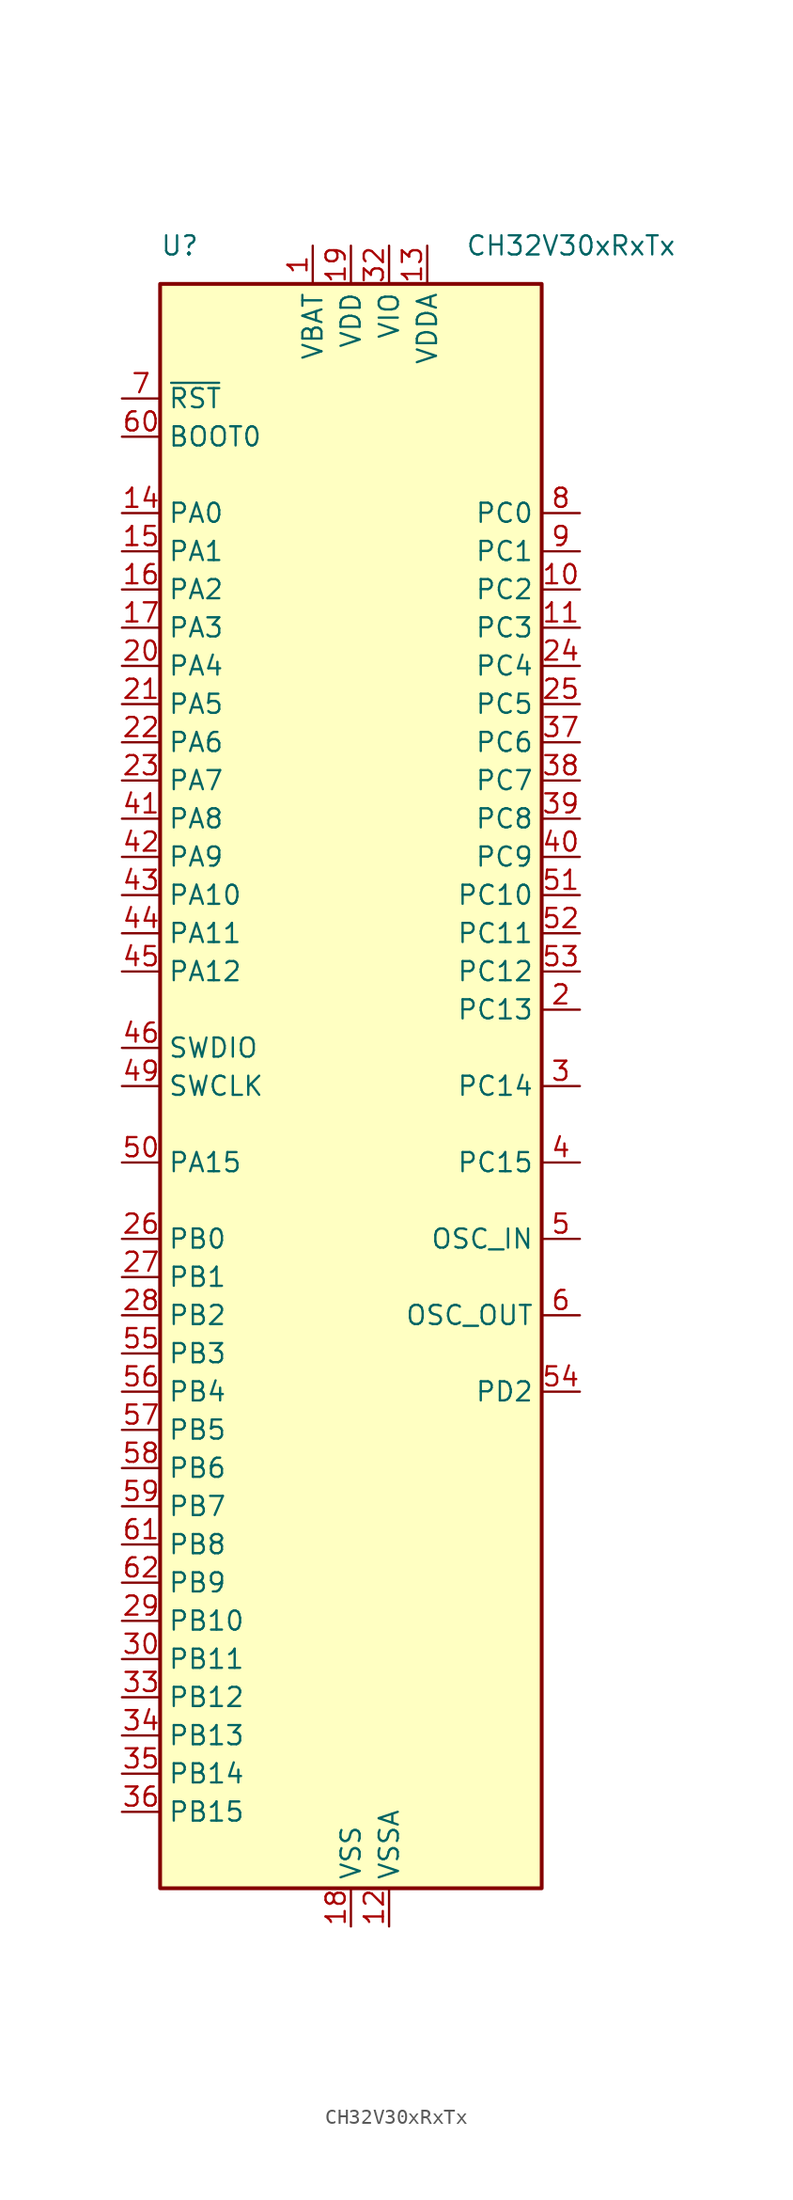
<source format=kicad_sym>
(kicad_symbol_lib
  (version 20231120)
  (generator "kicad_symbol_editor")
  (generator_version "8.0")
  (symbol "CH32V30xRxTx"
    (property "Reference" "U"
      (at -12.7 55.88 0)
      (effects (font (size 1.27 1.27)) (justify left)))
    (property "Value" "CH32V30xRxTx"
      (at 7.62 55.88 0)
      (effects (font (size 1.27 1.27)) (justify left)))
    (symbol "CH32V30xRxTx_0_0"
      (pin power_in line (at -2.54 55.88 270) (length 2.54) (name "VBAT" (effects (font (size 1.27 1.27)))) (number "1" (effects (font (size 1.27 1.27)))))
      (pin power_in line (at 2.54 -55.88 90) (length 2.54) (name "VSSA" (effects (font (size 1.27 1.27)))) (number "12" (effects (font (size 1.27 1.27)))))
      (pin power_in line (at 5.08 55.88 270) (length 2.54) (name "VDDA" (effects (font (size 1.27 1.27)))) (number "13" (effects (font (size 1.27 1.27)))))
      (pin power_in line (at 0 -55.88 90) (length 2.54) (name "VSS" (effects (font (size 1.27 1.27)))) (number "18" (effects (font (size 1.27 1.27)))))
      (pin power_in line (at 0 55.88 270) (length 2.54) (name "VDD" (effects (font (size 1.27 1.27)))) (number "19" (effects (font (size 1.27 1.27)))))
      (pin power_in line (at 2.54 55.88 270) (length 2.54) (name "VIO" (effects (font (size 1.27 1.27)))) (number "32" (effects (font (size 1.27 1.27))))))
    (symbol "CH32V30xRxTx_1_0"
      (pin bidirectional line (at 15.24 33.02 180) (length 2.54) (name "PC2" (effects (font (size 1.27 1.27)))) (number "10" (effects (font (size 1.27 1.27)))) (alternate "ADC_IN12" bidirectional line) (alternate "ETH_MII_TXD2" bidirectional line) (alternate "ETH_RGMII_RXD0" bidirectional line) (alternate "OPA3_CH1N" bidirectional line) (alternate "TIM9_CH3N" bidirectional line) (alternate "UART7_TX" bidirectional line))
      (pin bidirectional line (at 15.24 30.48 180) (length 2.54) (name "PC3" (effects (font (size 1.27 1.27)))) (number "11" (effects (font (size 1.27 1.27)))) (alternate "ADC_IN13" bidirectional line) (alternate "ETH_MII_TX_CLK" bidirectional line) (alternate "ETH_RGMII_RXD1" bidirectional line) (alternate "OPA4_CH1N" bidirectional line) (alternate "TIM10_CH3" bidirectional line) (alternate "UART7_RX" bidirectional line))
      (pin bidirectional line (at -15.24 38.1 0) (length 2.54) (name "PA0" (effects (font (size 1.27 1.27)))) (number "14" (effects (font (size 1.27 1.27)))) (alternate "ADC_IN0" bidirectional line) (alternate "ETH_MII_CRS_WKUP" bidirectional line) (alternate "ETH_RGMII_RXD2" bidirectional line) (alternate "OPA4_OUT0" bidirectional line) (alternate "TIM2_CH1_ETR" bidirectional line) (alternate "TIM2_CH1_ETR_2" bidirectional line) (alternate "TIM5_CH1" bidirectional line) (alternate "TIM8_ETR" bidirectional line) (alternate "TIM8_ETR_1" bidirectional line) (alternate "USART2_CTS" bidirectional line) (alternate "WKUP" bidirectional line))
      (pin bidirectional line (at -15.24 35.56 0) (length 2.54) (name "PA1" (effects (font (size 1.27 1.27)))) (number "15" (effects (font (size 1.27 1.27)))) (alternate "ADC_IN1" bidirectional line) (alternate "ETH_MII_RX_CLK" bidirectional line) (alternate "ETH_RGMII_RXD3" bidirectional line) (alternate "ETH_RMII_REF_CLK" bidirectional line) (alternate "OPA3_OUT0" bidirectional line) (alternate "TIM2_CH2" bidirectional line) (alternate "TIM2_CH2_2" bidirectional line) (alternate "TIM5_CH2" bidirectional line) (alternate "TIM9_BKIN_1" bidirectional line) (alternate "USART2_RTS" bidirectional line))
      (pin bidirectional line (at -15.24 33.02 0) (length 2.54) (name "PA2" (effects (font (size 1.27 1.27)))) (number "16" (effects (font (size 1.27 1.27)))) (alternate "ADC_IN2" bidirectional line) (alternate "ETH_MII_MDIO" bidirectional line) (alternate "ETH_RGMII_GTXC" bidirectional line) (alternate "ETH_RMII_MDIO" bidirectional line) (alternate "OPA2_OUT0" bidirectional line) (alternate "TIM2_CH3" bidirectional line) (alternate "TIM2_CH3_1" bidirectional line) (alternate "TIM5_CH3" bidirectional line) (alternate "TIM9_CH1" bidirectional line) (alternate "TIM9_CH1_ETR_1" bidirectional line) (alternate "TIM9_ETR" bidirectional line) (alternate "USART2_TX" bidirectional line))
      (pin bidirectional line (at -15.24 30.48 0) (length 2.54) (name "PA3" (effects (font (size 1.27 1.27)))) (number "17" (effects (font (size 1.27 1.27)))) (alternate "ADC_IN3" bidirectional line) (alternate "ETH_MII_COL" bidirectional line) (alternate "ETH_RGMII_TXEN" bidirectional line) (alternate "OPA1_OUT0" bidirectional line) (alternate "TIM2_CH4" bidirectional line) (alternate "TIM2_CH4_1" bidirectional line) (alternate "TIM5_CH4" bidirectional line) (alternate "TIM9_CH2" bidirectional line) (alternate "TIM9_CH2_1" bidirectional line) (alternate "USART2_RX" bidirectional line))
      (pin bidirectional line (at 15.24 5.08 180) (length 2.54) (name "PC13" (effects (font (size 1.27 1.27)))) (number "2" (effects (font (size 1.27 1.27)))) (alternate "TAMPER-RTC" bidirectional line) (alternate "TIM8_CH4_1" bidirectional line))
      (pin bidirectional line (at -15.24 27.94 0) (length 2.54) (name "PA4" (effects (font (size 1.27 1.27)))) (number "20" (effects (font (size 1.27 1.27)))) (alternate "ADC_IN4" bidirectional line) (alternate "DAC_OUT1" bidirectional line) (alternate "I2S3_WS" bidirectional line) (alternate "SPI1_NSS" bidirectional line) (alternate "SPI3_NSS" bidirectional line) (alternate "TIM9_CH3" bidirectional line) (alternate "TIM9_CH3_1" bidirectional line) (alternate "USART2_CX" bidirectional line))
      (pin bidirectional line (at -15.24 25.4 0) (length 2.54) (name "PA5" (effects (font (size 1.27 1.27)))) (number "21" (effects (font (size 1.27 1.27)))) (alternate "ADC_IN5" bidirectional line) (alternate "DAC_OUT2" bidirectional line) (alternate "OPA2_CH1N" bidirectional line) (alternate "SPI1_SCK" bidirectional line) (alternate "TIM10_CH1N_1" bidirectional line) (alternate "USART1_CK_3" bidirectional line) (alternate "USART1_CTS_2" bidirectional line))
      (pin bidirectional line (at -15.24 22.86 0) (length 2.54) (name "PA6" (effects (font (size 1.27 1.27)))) (number "22" (effects (font (size 1.27 1.27)))) (alternate "ADC_IN6" bidirectional line) (alternate "OPA1_CH1N" bidirectional line) (alternate "SPI1_MIS" bidirectional line) (alternate "TIM10_CH2N_1" bidirectional line) (alternate "TIM1_BKIN_1" bidirectional line) (alternate "TIM3_CH1" bidirectional line) (alternate "TIM8_BKIN" bidirectional line) (alternate "UART7_TX_1" bidirectional line) (alternate "USART1_TX_3" bidirectional line))
      (pin bidirectional line (at -15.24 20.32 0) (length 2.54) (name "PA7" (effects (font (size 1.27 1.27)))) (number "23" (effects (font (size 1.27 1.27)))) (alternate "ADC_IN7" bidirectional line) (alternate "ETH_MII_RX_DV" bidirectional line) (alternate "ETH_RGMII_TXD0" bidirectional line) (alternate "ETH_RMII_CRS_DV" bidirectional line) (alternate "OPA2_CH1P" bidirectional line) (alternate "SPI1_MOSI" bidirectional line) (alternate "TIM10_CH3N_1" bidirectional line) (alternate "TIM1_CH1N_1" bidirectional line) (alternate "TIM3_CH2" bidirectional line) (alternate "TIM8_CH1N" bidirectional line) (alternate "UART7_RX_1" bidirectional line) (alternate "USART1_RX_3" bidirectional line))
      (pin bidirectional line (at 15.24 27.94 180) (length 2.54) (name "PC4" (effects (font (size 1.27 1.27)))) (number "24" (effects (font (size 1.27 1.27)))) (alternate "ADC_IN14" bidirectional line) (alternate "ETH_MII_RXD0" bidirectional line) (alternate "ETH_RGMII_TXD1" bidirectional line) (alternate "ETH_RMII_RXD0" bidirectional line) (alternate "OPA4_CH1P" bidirectional line) (alternate "TIM9_CH4" bidirectional line) (alternate "UART8_TX" bidirectional line) (alternate "USART1_CTS_3" bidirectional line))
      (pin bidirectional line (at 15.24 25.4 180) (length 2.54) (name "PC5" (effects (font (size 1.27 1.27)))) (number "25" (effects (font (size 1.27 1.27)))) (alternate "ADC_IN15" bidirectional line) (alternate "ETH_MII_RXD1" bidirectional line) (alternate "ETH_RGMII_TXD2" bidirectional line) (alternate "ETH_RMII_RXD1" bidirectional line) (alternate "OPA3_CH1P" bidirectional line) (alternate "TIM9_BKIN" bidirectional line) (alternate "UART8_RX" bidirectional line) (alternate "USART1_RTS_3" bidirectional line))
      (pin bidirectional line (at -15.24 -10.16 0) (length 2.54) (name "PB0" (effects (font (size 1.27 1.27)))) (number "26" (effects (font (size 1.27 1.27)))) (alternate "ADC_IN8" bidirectional line) (alternate "ETH_MII_RXD2" bidirectional line) (alternate "ETH_RGMII_TXD3" bidirectional line) (alternate "OPA1_CH1P" bidirectional line) (alternate "TIM1_CH2N_1" bidirectional line) (alternate "TIM3_CH3" bidirectional line) (alternate "TIM3_CH3_2" bidirectional line) (alternate "TIM8_CH2N" bidirectional line) (alternate "TIM9_CH1N_1" bidirectional line) (alternate "UART4_TX_1" bidirectional line))
      (pin bidirectional line (at -15.24 -12.7 0) (length 2.54) (name "PB1" (effects (font (size 1.27 1.27)))) (number "27" (effects (font (size 1.27 1.27)))) (alternate "ADC_IN9" bidirectional line) (alternate "ETH_MII_RXD3" bidirectional line) (alternate "ETH_RGMII_125IN" bidirectional line) (alternate "OPA4_CH0N" bidirectional line) (alternate "TIM1_CH3N_1" bidirectional line) (alternate "TIM3_CH4" bidirectional line) (alternate "TIM3_CH4_2" bidirectional line) (alternate "TIM8_CH3N" bidirectional line) (alternate "TIM9_CH2N_1" bidirectional line) (alternate "UART4_RX_1" bidirectional line))
      (pin bidirectional line (at -15.24 -15.24 0) (length 2.54) (name "PB2" (effects (font (size 1.27 1.27)))) (number "28" (effects (font (size 1.27 1.27)))) (alternate "BOOT1" bidirectional line) (alternate "OPA3_CH0N" bidirectional line) (alternate "TIM9_CH3N_1" bidirectional line))
      (pin bidirectional line (at -15.24 -35.56 0) (length 2.54) (name "PB10" (effects (font (size 1.27 1.27)))) (number "29" (effects (font (size 1.27 1.27)))) (alternate "ETH_MII_RX_ER" bidirectional line) (alternate "I2C2_SCL" bidirectional line) (alternate "OPA2_CH0N" bidirectional line) (alternate "TIM10_BKIN_1" bidirectional line) (alternate "TIM2_CH3_2" bidirectional line) (alternate "TIM2_CH3_3" bidirectional line) (alternate "USART3_TX" bidirectional line))
      (pin bidirectional line (at 15.24 0 180) (length 2.54) (name "PC14" (effects (font (size 1.27 1.27)))) (number "3" (effects (font (size 1.27 1.27)))) (alternate "OSC32_IN" bidirectional line) (alternate "TIM9_CH4_1" bidirectional line))
      (pin bidirectional line (at -15.24 -38.1 0) (length 2.54) (name "PB11" (effects (font (size 1.27 1.27)))) (number "30" (effects (font (size 1.27 1.27)))) (alternate "ETH_MII_TX_EN" bidirectional line) (alternate "ETH_RMII_TX_EN" bidirectional line) (alternate "I2C2_SDA" bidirectional line) (alternate "OPA1_CH0N" bidirectional line) (alternate "TIM10_ETR_1" bidirectional line) (alternate "TIM2_CH4_2" bidirectional line) (alternate "TIM2_CH4_3" bidirectional line) (alternate "USART3_RX" bidirectional line))
      (pin passive line (at 0 -55.88 90) (length 2.54) hide (name "VSS" (effects (font (size 1.27 1.27)))) (number "31" (effects (font (size 1.27 1.27)))))
      (pin bidirectional line (at -15.24 -40.64 0) (length 2.54) (name "PB12" (effects (font (size 1.27 1.27)))) (number "33" (effects (font (size 1.27 1.27)))) (alternate "CAN2_RX" bidirectional line) (alternate "ETH_MII_TXD0" bidirectional line) (alternate "ETH_RMII_TXD0" bidirectional line) (alternate "I2C2_SMBA" bidirectional line) (alternate "I2S2_WS" bidirectional line) (alternate "OPA4_CH0P" bidirectional line) (alternate "SPI2_NSS" bidirectional line) (alternate "TIM1_BKIN" bidirectional line) (alternate "USART3_CK" bidirectional line))
      (pin bidirectional line (at -15.24 -43.18 0) (length 2.54) (name "PB13" (effects (font (size 1.27 1.27)))) (number "34" (effects (font (size 1.27 1.27)))) (alternate "CAN2_TX" bidirectional line) (alternate "ETH_MII_TXD1" bidirectional line) (alternate "ETH_RMII_TXD1" bidirectional line) (alternate "I2S2_CK" bidirectional line) (alternate "OPA3_CH0P" bidirectional line) (alternate "SPI2_SCK" bidirectional line) (alternate "TIM1_CH1N" bidirectional line) (alternate "USART3_CTS" bidirectional line) (alternate "USART3_CTS_1" bidirectional line))
      (pin bidirectional line (at -15.24 -45.72 0) (length 2.54) (name "PB14" (effects (font (size 1.27 1.27)))) (number "35" (effects (font (size 1.27 1.27)))) (alternate "OPA2_CH0P" bidirectional line) (alternate "SDIO_D0" bidirectional line) (alternate "SPI2_MISO" bidirectional line) (alternate "TIM1_CH2N" bidirectional line) (alternate "USART3_RTS" bidirectional line) (alternate "USART3_RTS_1" bidirectional line))
      (pin bidirectional line (at -15.24 -48.26 0) (length 2.54) (name "PB15" (effects (font (size 1.27 1.27)))) (number "36" (effects (font (size 1.27 1.27)))) (alternate "I2S2_SD" bidirectional line) (alternate "OPA1_CH0P" bidirectional line) (alternate "SDIO_D1" bidirectional line) (alternate "SPI2_MOSI" bidirectional line) (alternate "TIM1_CH3N" bidirectional line) (alternate "USART1_TX_2" bidirectional line))
      (pin bidirectional line (at 15.24 22.86 180) (length 2.54) (name "PC6" (effects (font (size 1.27 1.27)))) (number "37" (effects (font (size 1.27 1.27)))) (alternate "ETH_RXP" bidirectional line) (alternate "I2S2_MCK" bidirectional line) (alternate "SDIO_D6" bidirectional line) (alternate "TIM3_CH1_3" bidirectional line) (alternate "TIM8_CH1" bidirectional line))
      (pin bidirectional line (at 15.24 20.32 180) (length 2.54) (name "PC7" (effects (font (size 1.27 1.27)))) (number "38" (effects (font (size 1.27 1.27)))) (alternate "ETH_RXN" bidirectional line) (alternate "I2S3_MCK" bidirectional line) (alternate "SDIO_D7" bidirectional line) (alternate "TIM3_CH2_3" bidirectional line) (alternate "TIM8_CH2" bidirectional line))
      (pin bidirectional line (at 15.24 17.78 180) (length 2.54) (name "PC8" (effects (font (size 1.27 1.27)))) (number "39" (effects (font (size 1.27 1.27)))) (alternate "ETH_TXP" bidirectional line) (alternate "SDIO_D0" bidirectional line) (alternate "TIM3_CH3_3" bidirectional line) (alternate "TIM8_CH3" bidirectional line))
      (pin bidirectional line (at 15.24 -5.08 180) (length 2.54) (name "PC15" (effects (font (size 1.27 1.27)))) (number "4" (effects (font (size 1.27 1.27)))) (alternate "OSC32_OUT" bidirectional line) (alternate "TIM10_CH4_1" bidirectional line))
      (pin bidirectional line (at 15.24 15.24 180) (length 2.54) (name "PC9" (effects (font (size 1.27 1.27)))) (number "40" (effects (font (size 1.27 1.27)))) (alternate "ETH_TXN" bidirectional line) (alternate "SDIO_D2" bidirectional line) (alternate "TIM3_CH4_3" bidirectional line) (alternate "TIM8_CH4" bidirectional line))
      (pin bidirectional line (at -15.24 17.78 0) (length 2.54) (name "PA8" (effects (font (size 1.27 1.27)))) (number "41" (effects (font (size 1.27 1.27)))) (alternate "MCO" bidirectional line) (alternate "TIM1_CH1" bidirectional line) (alternate "TIM1_CH1_1" bidirectional line) (alternate "USART1_CK" bidirectional line) (alternate "USART1_CK_1" bidirectional line) (alternate "USART1_RX_2" bidirectional line))
      (pin bidirectional line (at -15.24 15.24 0) (length 2.54) (name "PA9" (effects (font (size 1.27 1.27)))) (number "42" (effects (font (size 1.27 1.27)))) (alternate "OTG_FS_VBUS" bidirectional line) (alternate "TIM1_CH2" bidirectional line) (alternate "TIM1_CH2_1" bidirectional line) (alternate "USART1_RTS_2" bidirectional line) (alternate "USART1_TX" bidirectional line))
      (pin bidirectional line (at -15.24 12.7 0) (length 2.54) (name "PA10" (effects (font (size 1.27 1.27)))) (number "43" (effects (font (size 1.27 1.27)))) (alternate "OTG_FS_ID" bidirectional line) (alternate "TIM1_CH3" bidirectional line) (alternate "TIM1_CH3_1" bidirectional line) (alternate "USART1_CK_2" bidirectional line) (alternate "USART1_RX" bidirectional line))
      (pin bidirectional line (at -15.24 10.16 0) (length 2.54) (name "PA11" (effects (font (size 1.27 1.27)))) (number "44" (effects (font (size 1.27 1.27)))) (alternate "CAN1_RX" bidirectional line) (alternate "OTG_FS_DM" bidirectional line) (alternate "TIM1_CH4" bidirectional line) (alternate "TIM1_CH4_1" bidirectional line) (alternate "USART1_CTS" bidirectional line) (alternate "USART1_CTS_1" bidirectional line))
      (pin bidirectional line (at -15.24 7.62 0) (length 2.54) (name "PA12" (effects (font (size 1.27 1.27)))) (number "45" (effects (font (size 1.27 1.27)))) (alternate "CAN1_TX" bidirectional line) (alternate "OTG_FS_DP" bidirectional line) (alternate "TIM10_CH1N" bidirectional line) (alternate "TIM1_ETR" bidirectional line) (alternate "TIM1_ETR_1" bidirectional line) (alternate "USART1_RTS" bidirectional line) (alternate "USART1_RTS_1" bidirectional line))
      (pin bidirectional line (at -15.24 2.54 0) (length 2.54) (name "SWDIO" (effects (font (size 1.27 1.27)))) (number "46" (effects (font (size 1.27 1.27)))) (alternate "PA13" bidirectional line) (alternate "TIM10_CH2N" bidirectional line) (alternate "TIM8_CH1N_1" bidirectional line) (alternate "USART3_TX_2" bidirectional line))
      (pin passive line (at 0 -55.88 90) (length 2.54) hide (name "VSS" (effects (font (size 1.27 1.27)))) (number "47" (effects (font (size 1.27 1.27)))))
      (pin passive line (at 0 55.88 270) (length 2.54) hide (name "VDD" (effects (font (size 1.27 1.27)))) (number "48" (effects (font (size 1.27 1.27)))))
      (pin bidirectional line (at -15.24 0 0) (length 2.54) (name "SWCLK" (effects (font (size 1.27 1.27)))) (number "49" (effects (font (size 1.27 1.27)))) (alternate "PA14" bidirectional line) (alternate "TIM10_CH3N" bidirectional line) (alternate "TIM8_CH2N_1" bidirectional line) (alternate "UART8_TX_1" bidirectional line) (alternate "USART3_RX_2" bidirectional line))
      (pin bidirectional line (at 15.24 -10.16 180) (length 2.54) (name "OSC_IN" (effects (font (size 1.27 1.27)))) (number "5" (effects (font (size 1.27 1.27)))) (alternate "PD0" bidirectional line))
      (pin bidirectional line (at -15.24 -5.08 0) (length 2.54) (name "PA15" (effects (font (size 1.27 1.27)))) (number "50" (effects (font (size 1.27 1.27)))) (alternate "I2S3_WS" bidirectional line) (alternate "SPI1_NSS" bidirectional line) (alternate "SPI3_NSS" bidirectional line) (alternate "TIM2_CH1_ETR_1" bidirectional line) (alternate "TIM2_CH1_ETR_3" bidirectional line) (alternate "TIM8_CH3N_1" bidirectional line) (alternate "UART8_RX_1" bidirectional line))
      (pin bidirectional line (at 15.24 12.7 180) (length 2.54) (name "PC10" (effects (font (size 1.27 1.27)))) (number "51" (effects (font (size 1.27 1.27)))) (alternate "I2S3_CK" bidirectional line) (alternate "SDIO_D2" bidirectional line) (alternate "SPI3_SCK" bidirectional line) (alternate "TIM10_ETR" bidirectional line) (alternate "UART4_TX" bidirectional line) (alternate "USART3_TX_1" bidirectional line))
      (pin bidirectional line (at 15.24 10.16 180) (length 2.54) (name "PC11" (effects (font (size 1.27 1.27)))) (number "52" (effects (font (size 1.27 1.27)))) (alternate "SDIO_D3" bidirectional line) (alternate "SPI3_MISO" bidirectional line) (alternate "TIM10_CH4" bidirectional line) (alternate "UART4_RX" bidirectional line) (alternate "USART3_RX_1" bidirectional line))
      (pin bidirectional line (at 15.24 7.62 180) (length 2.54) (name "PC12" (effects (font (size 1.27 1.27)))) (number "53" (effects (font (size 1.27 1.27)))) (alternate "I2C3_SD" bidirectional line) (alternate "SDIO_CK" bidirectional line) (alternate "SPI3_MOSI" bidirectional line) (alternate "TIM10_BKIN" bidirectional line) (alternate "UART5_TX" bidirectional line) (alternate "USART3_CK_1" bidirectional line))
      (pin bidirectional line (at 15.24 -20.32 180) (length 2.54) (name "PD2" (effects (font (size 1.27 1.27)))) (number "54" (effects (font (size 1.27 1.27)))) (alternate "SDIO_CMD" bidirectional line) (alternate "TIM3_ETR" bidirectional line) (alternate "TIM3_ETR_2" bidirectional line) (alternate "TIM3_ETR_3" bidirectional line) (alternate "UART5_RX" bidirectional line))
      (pin bidirectional line (at -15.24 -17.78 0) (length 2.54) (name "PB3" (effects (font (size 1.27 1.27)))) (number "55" (effects (font (size 1.27 1.27)))) (alternate "I2S3_CK" bidirectional line) (alternate "SPI1_SCK" bidirectional line) (alternate "SPI3_SCK" bidirectional line) (alternate "TIM10_CH1_1" bidirectional line) (alternate "TIM2_CH2_1" bidirectional line) (alternate "TIM2_CH2_3" bidirectional line))
      (pin bidirectional line (at -15.24 -20.32 0) (length 2.54) (name "PB4" (effects (font (size 1.27 1.27)))) (number "56" (effects (font (size 1.27 1.27)))) (alternate "SPI1_MISO" bidirectional line) (alternate "SPI3_MISO" bidirectional line) (alternate "TIM10_CH2_1" bidirectional line) (alternate "TIM3_CH1_2" bidirectional line) (alternate "UART5_TX_1" bidirectional line))
      (pin bidirectional line (at -15.24 -22.86 0) (length 2.54) (name "PB5" (effects (font (size 1.27 1.27)))) (number "57" (effects (font (size 1.27 1.27)))) (alternate "CAN2_RX" bidirectional line) (alternate "ETH_MII_PPS_OUT" bidirectional line) (alternate "ETH_RMII_PPS_OUT" bidirectional line) (alternate "I2C1_SMBA" bidirectional line) (alternate "I2S3_SD" bidirectional line) (alternate "SPI1_MOSI" bidirectional line) (alternate "SPI3_MOSI" bidirectional line) (alternate "TIM10_CH3_1" bidirectional line) (alternate "TIM3_CH2_2" bidirectional line) (alternate "UART5_RX_1" bidirectional line))
      (pin bidirectional line (at -15.24 -25.4 0) (length 2.54) (name "PB6" (effects (font (size 1.27 1.27)))) (number "58" (effects (font (size 1.27 1.27)))) (alternate "CAN2_TX" bidirectional line) (alternate "I2C1_SCL" bidirectional line) (alternate "TIM4_CH1" bidirectional line) (alternate "TIM8_CH1_1" bidirectional line) (alternate "USART1_TX_1" bidirectional line) (alternate "USBFS_DM" bidirectional line) (alternate "USBHS_DM" bidirectional line))
      (pin bidirectional line (at -15.24 -27.94 0) (length 2.54) (name "PB7" (effects (font (size 1.27 1.27)))) (number "59" (effects (font (size 1.27 1.27)))) (alternate "I2C1_SDA" bidirectional line) (alternate "TIM4_CH2" bidirectional line) (alternate "TIM8_CH2_1" bidirectional line) (alternate "USART1_RX_1" bidirectional line) (alternate "USBFS_DP" bidirectional line) (alternate "USBHS_DP" bidirectional line))
      (pin bidirectional line (at 15.24 -15.24 180) (length 2.54) (name "OSC_OUT" (effects (font (size 1.27 1.27)))) (number "6" (effects (font (size 1.27 1.27)))) (alternate "PD1" bidirectional line))
      (pin input line (at -15.24 43.18 0) (length 2.54) (name "BOOT0" (effects (font (size 1.27 1.27)))) (number "60" (effects (font (size 1.27 1.27)))))
      (pin bidirectional line (at -15.24 -30.48 0) (length 2.54) (name "PB8" (effects (font (size 1.27 1.27)))) (number "61" (effects (font (size 1.27 1.27)))) (alternate "CAN1_RX" bidirectional line) (alternate "DVP_D6" bidirectional line) (alternate "ETH_MII_TXD3" bidirectional line) (alternate "I2C1_SCL" bidirectional line) (alternate "SDIO_D4" bidirectional line) (alternate "TIM10_CH1" bidirectional line) (alternate "TIM4_CH3" bidirectional line) (alternate "TIM8_CH3_1" bidirectional line) (alternate "UART6_TX_1" bidirectional line))
      (pin bidirectional line (at -15.24 -33.02 0) (length 2.54) (name "PB9" (effects (font (size 1.27 1.27)))) (number "62" (effects (font (size 1.27 1.27)))) (alternate "CAN1_TX" bidirectional line) (alternate "I2C1_SDA" bidirectional line) (alternate "SDIO_D5" bidirectional line) (alternate "TIM10_CH2" bidirectional line) (alternate "TIM4_CH4" bidirectional line) (alternate "TIM8_BKIN_1" bidirectional line) (alternate "UART6_RX_1" bidirectional line))
      (pin passive line (at 0 -55.88 90) (length 2.54) hide (name "VSS" (effects (font (size 1.27 1.27)))) (number "63" (effects (font (size 1.27 1.27)))))
      (pin passive line (at 2.54 55.88 270) (length 2.54) hide (name "VIO" (effects (font (size 1.27 1.27)))) (number "64" (effects (font (size 1.27 1.27)))))
      (pin input line (at -15.24 45.72 0) (length 2.54) (name "~{RST}" (effects (font (size 1.27 1.27)))) (number "7" (effects (font (size 1.27 1.27)))))
      (pin bidirectional line (at 15.24 38.1 180) (length 2.54) (name "PC0" (effects (font (size 1.27 1.27)))) (number "8" (effects (font (size 1.27 1.27)))) (alternate "ADC_IN10" bidirectional line) (alternate "ETH_RGMII_RXC" bidirectional line) (alternate "TIM9_CH1N" bidirectional line) (alternate "UART6_TX" bidirectional line))
      (pin bidirectional line (at 15.24 35.56 180) (length 2.54) (name "PC1" (effects (font (size 1.27 1.27)))) (number "9" (effects (font (size 1.27 1.27)))) (alternate "ADC_IN11" bidirectional line) (alternate "ETH_MII_MDC" bidirectional line) (alternate "ETH_RGMII_RXCTL" bidirectional line) (alternate "ETH_RMII_MDC" bidirectional line) (alternate "TIM9_CH2N" bidirectional line) (alternate "UART6_RX" bidirectional line)))
    (symbol "CH32V30xRxTx_1_1"
      (rectangle (start -12.7 53.34) (end 12.7 -53.34) (stroke (width 0.254) (type default)) (fill (type background))))))
</source>
